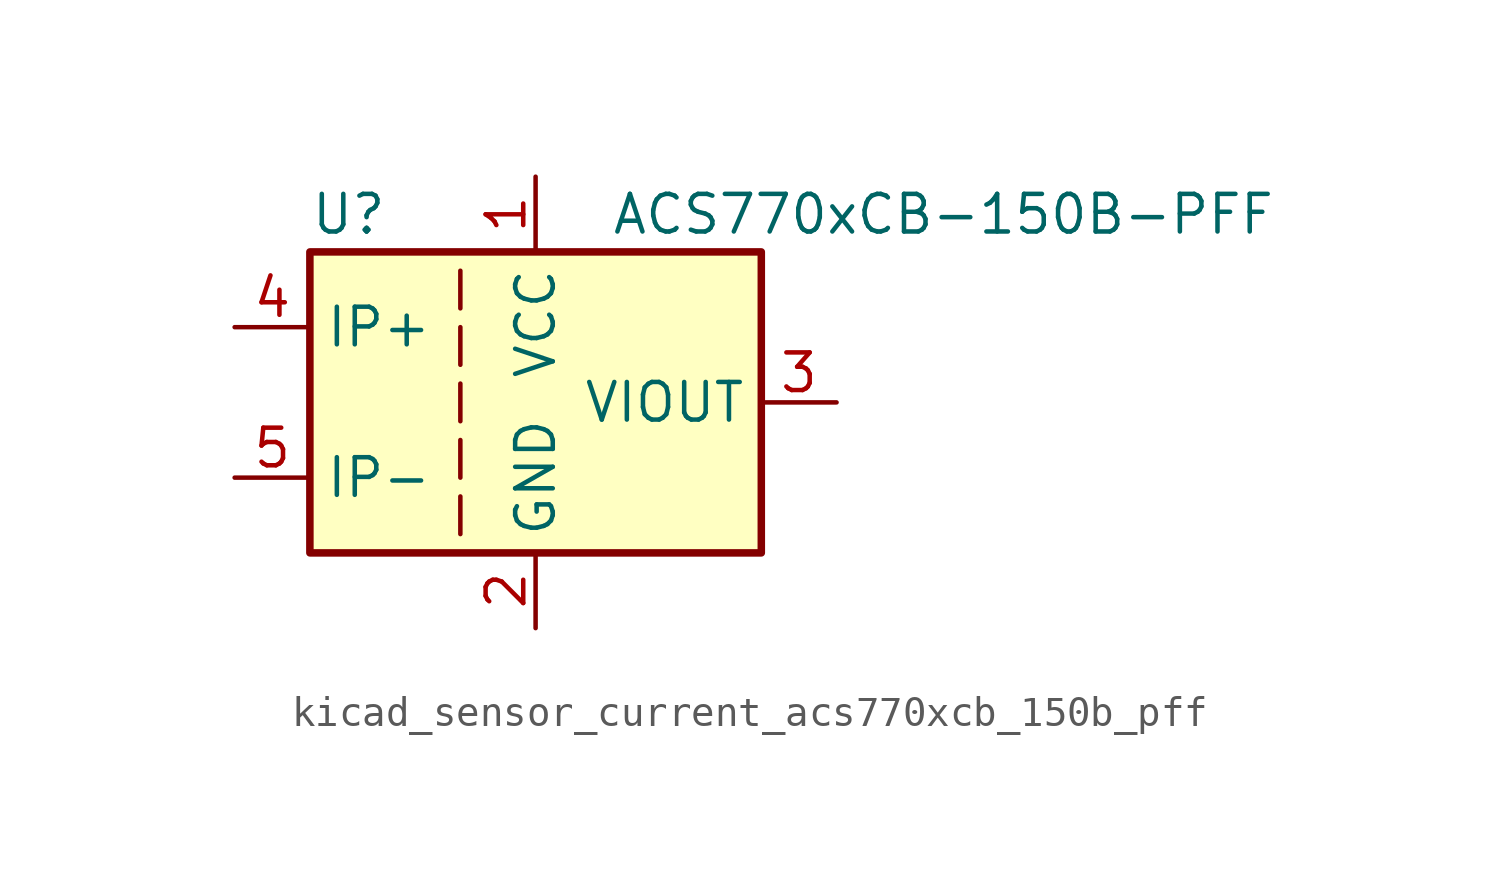
<source format=kicad_sym>
(kicad_symbol_lib
  (version 20220914)
  (generator kicad_symbol_editor)
  (symbol "kicad_sensor_current_acs770xcb_150b_pff"
    (property "Reference" "U"
      (at -7.62 6.35 0)
      (effects (font (size 1.27 1.27)) (justify left)))
    (property "Value" "ACS770xCB-150B-PFF"
      (at 2.54 6.35 0)
      (effects (font (size 1.27 1.27)) (justify left)))
    (symbol "kicad_sensor_current_acs770xcb_150b_pff_0_1"
      (rectangle (start -7.62 5.08) (end 7.62 -5.08) (stroke (width 0.254) (type default)) (fill (type background)))
      (polyline (pts (xy -2.54 -3.175) (xy -2.54 -4.445)) (stroke (width 0) (type default)) (fill (type none)))
      (polyline (pts (xy -2.54 -1.27) (xy -2.54 -2.54)) (stroke (width 0) (type default)) (fill (type none)))
      (polyline (pts (xy -2.54 0.635) (xy -2.54 -0.635)) (stroke (width 0) (type default)) (fill (type none)))
      (polyline (pts (xy -2.54 1.27) (xy -2.54 2.54)) (stroke (width 0) (type default)) (fill (type none)))
      (polyline (pts (xy -2.54 3.175) (xy -2.54 4.445)) (stroke (width 0) (type default)) (fill (type none))))
    (symbol "kicad_sensor_current_acs770xcb_150b_pff_1_1"
      (pin power_in line (at 0 7.62 270) (length 2.54) (name "VCC" (effects (font (size 1.27 1.27)))) (number "1" (effects (font (size 1.27 1.27)))))
      (pin power_in line (at 0 -7.62 90) (length 2.54) (name "GND" (effects (font (size 1.27 1.27)))) (number "2" (effects (font (size 1.27 1.27)))))
      (pin output line (at 10.16 0 180) (length 2.54) (name "VIOUT" (effects (font (size 1.27 1.27)))) (number "3" (effects (font (size 1.27 1.27)))))
      (pin passive line (at -10.16 2.54 0) (length 2.54) (name "IP+" (effects (font (size 1.27 1.27)))) (number "4" (effects (font (size 1.27 1.27)))))
      (pin passive line (at -10.16 -2.54 0) (length 2.54) (name "IP-" (effects (font (size 1.27 1.27)))) (number "5" (effects (font (size 1.27 1.27))))))))
</source>
